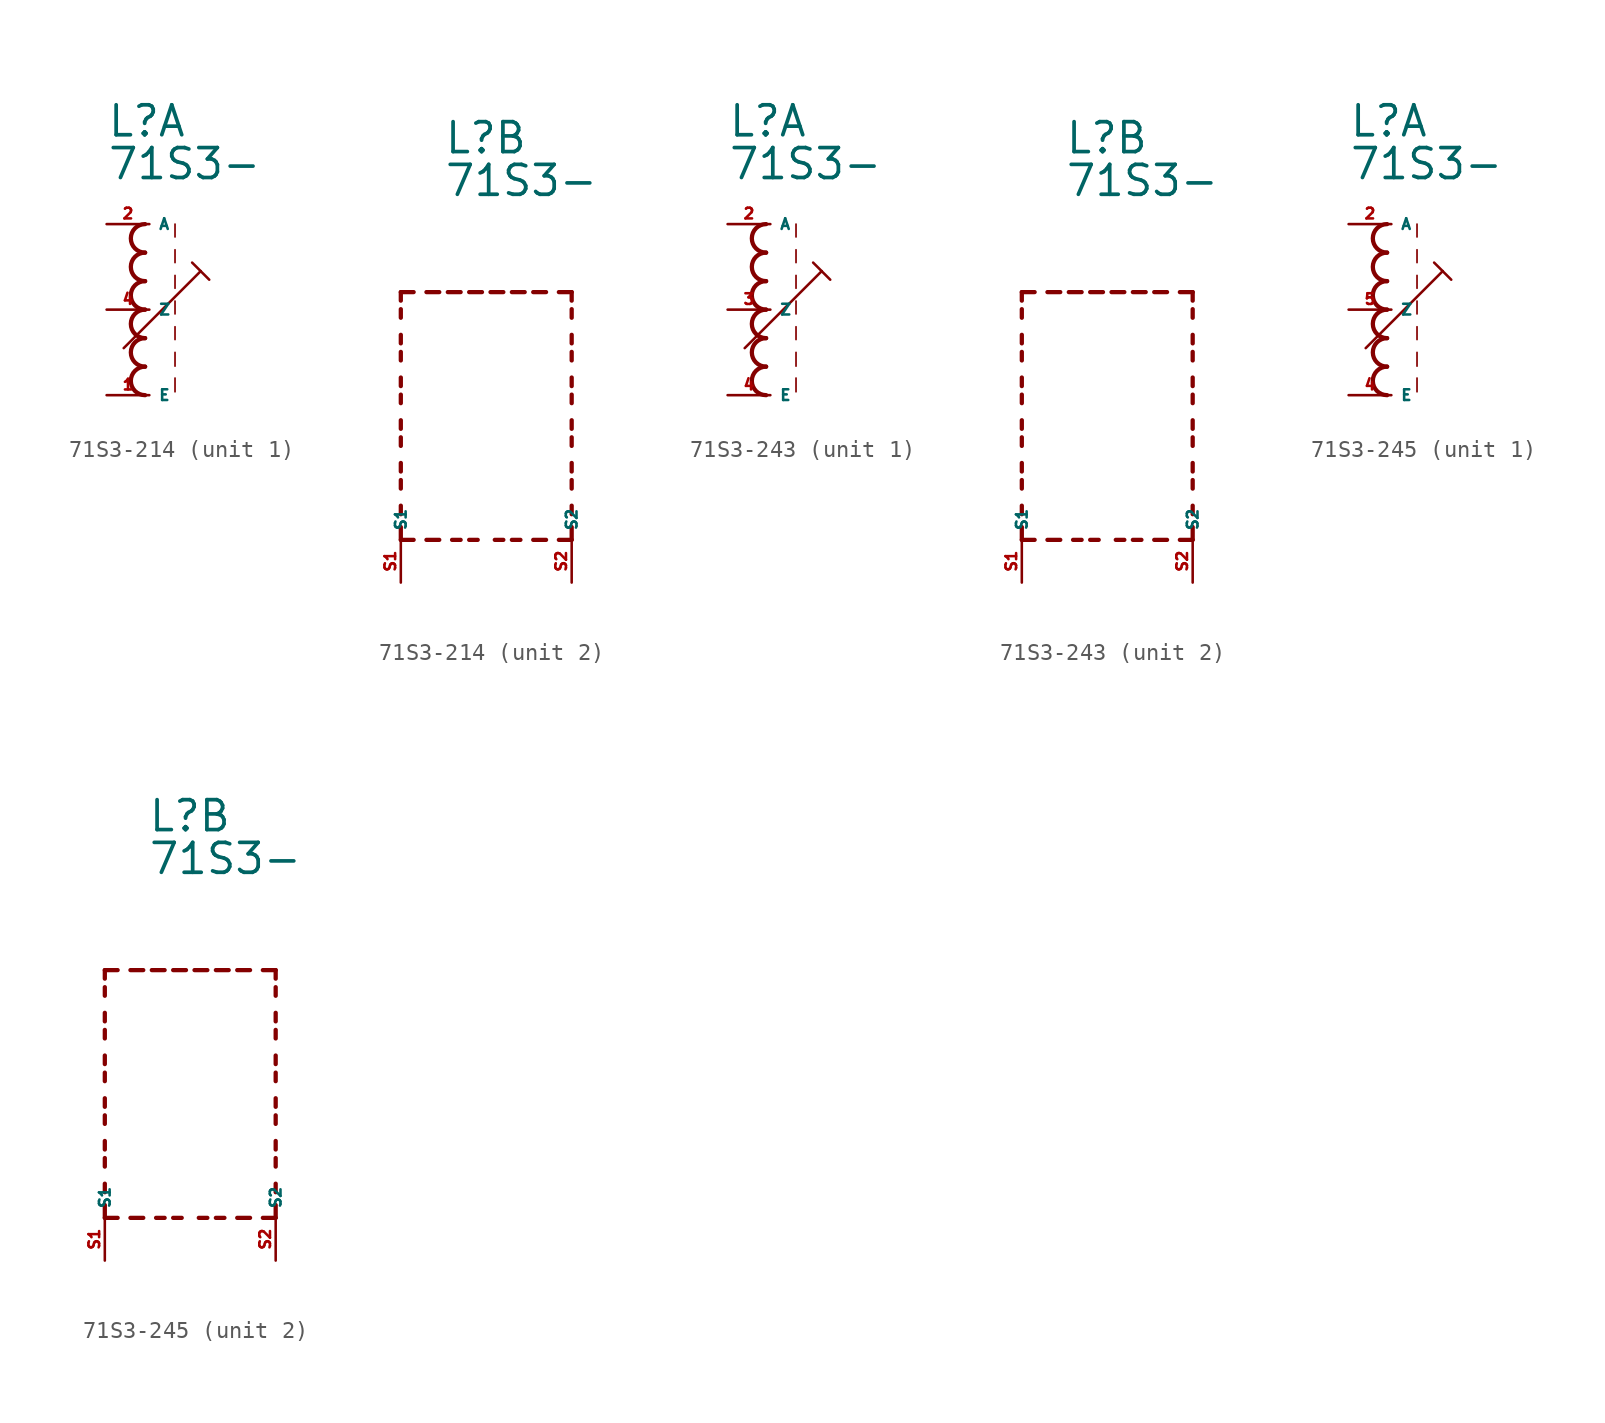
<source format=kicad_sym>
(kicad_symbol_lib
  (version 20220914)
  (generator kicad_symbol_editor)
  (symbol "71S3-214"
    (property "Reference" "L"
      (at -2.54 10.16 0)
      (effects (font (size 1.778 1.778) (thickness 0.22)) (justify left bottom)))
    (property "Value" "71S3-"
      (at -2.54 7.62 0)
      (effects (font (size 1.778 1.778) (thickness 0.22)) (justify left bottom)))
    (symbol "71S3-214_1_0"
      (arc (start -0.254 -3.3866) (mid -1.1004 -4.2333) (end -0.254 -5.08) (stroke (width 0.254) (type default)) (fill (type none)))
      (arc (start -0.254 -1.6932) (mid -1.1004 -2.5399) (end -0.254 -3.3866) (stroke (width 0.254) (type default)) (fill (type none)))
      (arc (start -0.254 0) (mid -1.1004 -0.8467) (end -0.254 -1.6934) (stroke (width 0.254) (type default)) (fill (type none)))
      (arc (start -0.254 1.6934) (mid -1.1004 0.8467) (end -0.254 0) (stroke (width 0.254) (type default)) (fill (type none)))
      (arc (start -0.254 3.3866) (mid -1.1002 2.54) (end -0.254 1.6934) (stroke (width 0.254) (type default)) (fill (type none)))
      (arc (start -0.254 5.08) (mid -1.1004 4.2333) (end -0.254 3.3866) (stroke (width 0.254) (type default)) (fill (type none)))
      (polyline (pts (xy -1.524 -2.286) (xy 3.048 2.286)) (stroke (width 0.152) (type default)) (fill (type none)))
      (polyline (pts (xy 1.524 -4.064) (xy 1.524 -4.88)) (stroke (width 0.102) (type default)) (fill (type none)))
      (polyline (pts (xy 1.524 -2.54) (xy 1.524 -3.356)) (stroke (width 0.102) (type default)) (fill (type none)))
      (polyline (pts (xy 1.524 -1.016) (xy 1.524 -1.778)) (stroke (width 0.102) (type default)) (fill (type none)))
      (polyline (pts (xy 1.524 0.508) (xy 1.524 -0.254)) (stroke (width 0.102) (type default)) (fill (type none)))
      (polyline (pts (xy 1.524 2.032) (xy 1.524 1.27)) (stroke (width 0.102) (type default)) (fill (type none)))
      (polyline (pts (xy 1.524 3.556) (xy 1.524 2.794)) (stroke (width 0.102) (type default)) (fill (type none)))
      (polyline (pts (xy 1.524 5.08) (xy 1.524 4.318)) (stroke (width 0.102) (type default)) (fill (type none)))
      (polyline (pts (xy 2.54 2.794) (xy 3.048 2.286)) (stroke (width 0.152) (type default)) (fill (type none)))
      (polyline (pts (xy 3.048 2.286) (xy 3.556 1.778)) (stroke (width 0.152) (type default)) (fill (type none)))
      (pin passive line (at -2.54 -5.08 0) (length 2.54) (name "E" (effects (font (size 0.635 0.635)))) (number "1" (effects (font (size 0.635 0.635)))))
      (pin passive line (at -2.54 5.08 0) (length 2.54) (name "A" (effects (font (size 0.635 0.635)))) (number "2" (effects (font (size 0.635 0.635)))))
      (pin passive line (at -2.54 0 0) (length 2.54) (name "Z" (effects (font (size 0.635 0.635)))) (number "4" (effects (font (size 0.635 0.635))))))
    (symbol "71S3-214_2_0"
      (polyline (pts (xy -5.08 -12.7) (xy -5.08 -11.938)) (stroke (width 0.254) (type default)) (fill (type none)))
      (polyline (pts (xy -5.08 -12.7) (xy -4.318 -12.7)) (stroke (width 0.254) (type default)) (fill (type none)))
      (polyline (pts (xy -5.08 -11.176) (xy -5.08 -10.668)) (stroke (width 0.254) (type default)) (fill (type none)))
      (polyline (pts (xy -5.08 -9.652) (xy -5.08 -9.144)) (stroke (width 0.254) (type default)) (fill (type none)))
      (polyline (pts (xy -5.08 -8.636) (xy -5.08 -8.128)) (stroke (width 0.254) (type default)) (fill (type none)))
      (polyline (pts (xy -5.08 -7.112) (xy -5.08 -6.604)) (stroke (width 0.254) (type default)) (fill (type none)))
      (polyline (pts (xy -5.08 -6.096) (xy -5.08 -5.588)) (stroke (width 0.254) (type default)) (fill (type none)))
      (polyline (pts (xy -5.08 -4.572) (xy -5.08 -4.064)) (stroke (width 0.254) (type default)) (fill (type none)))
      (polyline (pts (xy -5.08 -3.556) (xy -5.08 -3.048)) (stroke (width 0.254) (type default)) (fill (type none)))
      (polyline (pts (xy -5.08 -2.032) (xy -5.08 -1.524)) (stroke (width 0.254) (type default)) (fill (type none)))
      (polyline (pts (xy -5.08 -1.016) (xy -5.08 -0.508)) (stroke (width 0.254) (type default)) (fill (type none)))
      (polyline (pts (xy -5.08 0.508) (xy -5.08 1.016)) (stroke (width 0.254) (type default)) (fill (type none)))
      (polyline (pts (xy -5.08 1.524) (xy -5.08 2.032)) (stroke (width 0.254) (type default)) (fill (type none)))
      (polyline (pts (xy -5.08 2.032) (xy -4.318 2.032)) (stroke (width 0.254) (type default)) (fill (type none)))
      (polyline (pts (xy -3.556 -12.7) (xy -2.794 -12.7)) (stroke (width 0.254) (type default)) (fill (type none)))
      (polyline (pts (xy -3.556 2.032) (xy -2.794 2.032)) (stroke (width 0.254) (type default)) (fill (type none)))
      (polyline (pts (xy -1.524 -12.7) (xy -2.032 -12.7)) (stroke (width 0.254) (type default)) (fill (type none)))
      (polyline (pts (xy -1.524 2.032) (xy -2.286 2.032)) (stroke (width 0.254) (type default)) (fill (type none)))
      (polyline (pts (xy -1.016 2.032) (xy -0.254 2.032)) (stroke (width 0.254) (type default)) (fill (type none)))
      (polyline (pts (xy -0.508 -12.7) (xy -1.016 -12.7)) (stroke (width 0.254) (type default)) (fill (type none)))
      (polyline (pts (xy 1.016 -12.7) (xy 0.508 -12.7)) (stroke (width 0.254) (type default)) (fill (type none)))
      (polyline (pts (xy 1.016 2.032) (xy 0.254 2.032)) (stroke (width 0.254) (type default)) (fill (type none)))
      (polyline (pts (xy 1.524 2.032) (xy 2.286 2.032)) (stroke (width 0.254) (type default)) (fill (type none)))
      (polyline (pts (xy 2.032 -12.7) (xy 1.524 -12.7)) (stroke (width 0.254) (type default)) (fill (type none)))
      (polyline (pts (xy 3.556 -12.7) (xy 2.794 -12.7)) (stroke (width 0.254) (type default)) (fill (type none)))
      (polyline (pts (xy 3.556 2.032) (xy 2.794 2.032)) (stroke (width 0.254) (type default)) (fill (type none)))
      (polyline (pts (xy 5.08 -12.7) (xy 4.318 -12.7)) (stroke (width 0.254) (type default)) (fill (type none)))
      (polyline (pts (xy 5.08 -12.7) (xy 5.08 -11.938)) (stroke (width 0.254) (type default)) (fill (type none)))
      (polyline (pts (xy 5.08 -11.176) (xy 5.08 -10.668)) (stroke (width 0.254) (type default)) (fill (type none)))
      (polyline (pts (xy 5.08 -9.652) (xy 5.08 -9.144)) (stroke (width 0.254) (type default)) (fill (type none)))
      (polyline (pts (xy 5.08 -8.636) (xy 5.08 -8.128)) (stroke (width 0.254) (type default)) (fill (type none)))
      (polyline (pts (xy 5.08 -7.112) (xy 5.08 -6.604)) (stroke (width 0.254) (type default)) (fill (type none)))
      (polyline (pts (xy 5.08 -6.096) (xy 5.08 -5.588)) (stroke (width 0.254) (type default)) (fill (type none)))
      (polyline (pts (xy 5.08 -4.572) (xy 5.08 -4.064)) (stroke (width 0.254) (type default)) (fill (type none)))
      (polyline (pts (xy 5.08 -3.556) (xy 5.08 -3.048)) (stroke (width 0.254) (type default)) (fill (type none)))
      (polyline (pts (xy 5.08 -2.032) (xy 5.08 -1.524)) (stroke (width 0.254) (type default)) (fill (type none)))
      (polyline (pts (xy 5.08 -1.016) (xy 5.08 -0.508)) (stroke (width 0.254) (type default)) (fill (type none)))
      (polyline (pts (xy 5.08 0.508) (xy 5.08 1.016)) (stroke (width 0.254) (type default)) (fill (type none)))
      (polyline (pts (xy 5.08 1.524) (xy 5.08 2.032)) (stroke (width 0.254) (type default)) (fill (type none)))
      (polyline (pts (xy 5.08 2.032) (xy 4.318 2.032)) (stroke (width 0.254) (type default)) (fill (type none)))
      (pin passive line (at -5.08 -15.24 90) (length 2.54) (name "S1" (effects (font (size 0.635 0.635)))) (number "S1" (effects (font (size 0.635 0.635)))))
      (pin passive line (at 5.08 -15.24 90) (length 2.54) (name "S2" (effects (font (size 0.635 0.635)))) (number "S2" (effects (font (size 0.635 0.635)))))))
  (symbol "71S3-243"
    (property "Reference" "L"
      (at -2.54 10.16 0)
      (effects (font (size 1.778 1.778) (thickness 0.22)) (justify left bottom)))
    (property "Value" "71S3-"
      (at -2.54 7.62 0)
      (effects (font (size 1.778 1.778) (thickness 0.22)) (justify left bottom)))
    (symbol "71S3-243_1_0"
      (arc (start -0.254 -3.3866) (mid -1.1004 -4.2333) (end -0.254 -5.08) (stroke (width 0.254) (type default)) (fill (type none)))
      (arc (start -0.254 -1.6932) (mid -1.1004 -2.5399) (end -0.254 -3.3866) (stroke (width 0.254) (type default)) (fill (type none)))
      (arc (start -0.254 0) (mid -1.1004 -0.8467) (end -0.254 -1.6934) (stroke (width 0.254) (type default)) (fill (type none)))
      (arc (start -0.254 1.6934) (mid -1.1004 0.8467) (end -0.254 0) (stroke (width 0.254) (type default)) (fill (type none)))
      (arc (start -0.254 3.3866) (mid -1.1002 2.54) (end -0.254 1.6934) (stroke (width 0.254) (type default)) (fill (type none)))
      (arc (start -0.254 5.08) (mid -1.1004 4.2333) (end -0.254 3.3866) (stroke (width 0.254) (type default)) (fill (type none)))
      (polyline (pts (xy -1.524 -2.286) (xy 3.048 2.286)) (stroke (width 0.152) (type default)) (fill (type none)))
      (polyline (pts (xy 1.524 -4.064) (xy 1.524 -4.88)) (stroke (width 0.102) (type default)) (fill (type none)))
      (polyline (pts (xy 1.524 -2.54) (xy 1.524 -3.356)) (stroke (width 0.102) (type default)) (fill (type none)))
      (polyline (pts (xy 1.524 -1.016) (xy 1.524 -1.778)) (stroke (width 0.102) (type default)) (fill (type none)))
      (polyline (pts (xy 1.524 0.508) (xy 1.524 -0.254)) (stroke (width 0.102) (type default)) (fill (type none)))
      (polyline (pts (xy 1.524 2.032) (xy 1.524 1.27)) (stroke (width 0.102) (type default)) (fill (type none)))
      (polyline (pts (xy 1.524 3.556) (xy 1.524 2.794)) (stroke (width 0.102) (type default)) (fill (type none)))
      (polyline (pts (xy 1.524 5.08) (xy 1.524 4.318)) (stroke (width 0.102) (type default)) (fill (type none)))
      (polyline (pts (xy 2.54 2.794) (xy 3.048 2.286)) (stroke (width 0.152) (type default)) (fill (type none)))
      (polyline (pts (xy 3.048 2.286) (xy 3.556 1.778)) (stroke (width 0.152) (type default)) (fill (type none)))
      (pin passive line (at -2.54 5.08 0) (length 2.54) (name "A" (effects (font (size 0.635 0.635)))) (number "2" (effects (font (size 0.635 0.635)))))
      (pin passive line (at -2.54 0 0) (length 2.54) (name "Z" (effects (font (size 0.635 0.635)))) (number "3" (effects (font (size 0.635 0.635)))))
      (pin passive line (at -2.54 -5.08 0) (length 2.54) (name "E" (effects (font (size 0.635 0.635)))) (number "4" (effects (font (size 0.635 0.635))))))
    (symbol "71S3-243_2_0"
      (polyline (pts (xy -5.08 -12.7) (xy -5.08 -11.938)) (stroke (width 0.254) (type default)) (fill (type none)))
      (polyline (pts (xy -5.08 -12.7) (xy -4.318 -12.7)) (stroke (width 0.254) (type default)) (fill (type none)))
      (polyline (pts (xy -5.08 -11.176) (xy -5.08 -10.668)) (stroke (width 0.254) (type default)) (fill (type none)))
      (polyline (pts (xy -5.08 -9.652) (xy -5.08 -9.144)) (stroke (width 0.254) (type default)) (fill (type none)))
      (polyline (pts (xy -5.08 -8.636) (xy -5.08 -8.128)) (stroke (width 0.254) (type default)) (fill (type none)))
      (polyline (pts (xy -5.08 -7.112) (xy -5.08 -6.604)) (stroke (width 0.254) (type default)) (fill (type none)))
      (polyline (pts (xy -5.08 -6.096) (xy -5.08 -5.588)) (stroke (width 0.254) (type default)) (fill (type none)))
      (polyline (pts (xy -5.08 -4.572) (xy -5.08 -4.064)) (stroke (width 0.254) (type default)) (fill (type none)))
      (polyline (pts (xy -5.08 -3.556) (xy -5.08 -3.048)) (stroke (width 0.254) (type default)) (fill (type none)))
      (polyline (pts (xy -5.08 -2.032) (xy -5.08 -1.524)) (stroke (width 0.254) (type default)) (fill (type none)))
      (polyline (pts (xy -5.08 -1.016) (xy -5.08 -0.508)) (stroke (width 0.254) (type default)) (fill (type none)))
      (polyline (pts (xy -5.08 0.508) (xy -5.08 1.016)) (stroke (width 0.254) (type default)) (fill (type none)))
      (polyline (pts (xy -5.08 1.524) (xy -5.08 2.032)) (stroke (width 0.254) (type default)) (fill (type none)))
      (polyline (pts (xy -5.08 2.032) (xy -4.318 2.032)) (stroke (width 0.254) (type default)) (fill (type none)))
      (polyline (pts (xy -3.556 -12.7) (xy -2.794 -12.7)) (stroke (width 0.254) (type default)) (fill (type none)))
      (polyline (pts (xy -3.556 2.032) (xy -2.794 2.032)) (stroke (width 0.254) (type default)) (fill (type none)))
      (polyline (pts (xy -1.524 -12.7) (xy -2.032 -12.7)) (stroke (width 0.254) (type default)) (fill (type none)))
      (polyline (pts (xy -1.524 2.032) (xy -2.286 2.032)) (stroke (width 0.254) (type default)) (fill (type none)))
      (polyline (pts (xy -1.016 2.032) (xy -0.254 2.032)) (stroke (width 0.254) (type default)) (fill (type none)))
      (polyline (pts (xy -0.508 -12.7) (xy -1.016 -12.7)) (stroke (width 0.254) (type default)) (fill (type none)))
      (polyline (pts (xy 1.016 -12.7) (xy 0.508 -12.7)) (stroke (width 0.254) (type default)) (fill (type none)))
      (polyline (pts (xy 1.016 2.032) (xy 0.254 2.032)) (stroke (width 0.254) (type default)) (fill (type none)))
      (polyline (pts (xy 1.524 2.032) (xy 2.286 2.032)) (stroke (width 0.254) (type default)) (fill (type none)))
      (polyline (pts (xy 2.032 -12.7) (xy 1.524 -12.7)) (stroke (width 0.254) (type default)) (fill (type none)))
      (polyline (pts (xy 3.556 -12.7) (xy 2.794 -12.7)) (stroke (width 0.254) (type default)) (fill (type none)))
      (polyline (pts (xy 3.556 2.032) (xy 2.794 2.032)) (stroke (width 0.254) (type default)) (fill (type none)))
      (polyline (pts (xy 5.08 -12.7) (xy 4.318 -12.7)) (stroke (width 0.254) (type default)) (fill (type none)))
      (polyline (pts (xy 5.08 -12.7) (xy 5.08 -11.938)) (stroke (width 0.254) (type default)) (fill (type none)))
      (polyline (pts (xy 5.08 -11.176) (xy 5.08 -10.668)) (stroke (width 0.254) (type default)) (fill (type none)))
      (polyline (pts (xy 5.08 -9.652) (xy 5.08 -9.144)) (stroke (width 0.254) (type default)) (fill (type none)))
      (polyline (pts (xy 5.08 -8.636) (xy 5.08 -8.128)) (stroke (width 0.254) (type default)) (fill (type none)))
      (polyline (pts (xy 5.08 -7.112) (xy 5.08 -6.604)) (stroke (width 0.254) (type default)) (fill (type none)))
      (polyline (pts (xy 5.08 -6.096) (xy 5.08 -5.588)) (stroke (width 0.254) (type default)) (fill (type none)))
      (polyline (pts (xy 5.08 -4.572) (xy 5.08 -4.064)) (stroke (width 0.254) (type default)) (fill (type none)))
      (polyline (pts (xy 5.08 -3.556) (xy 5.08 -3.048)) (stroke (width 0.254) (type default)) (fill (type none)))
      (polyline (pts (xy 5.08 -2.032) (xy 5.08 -1.524)) (stroke (width 0.254) (type default)) (fill (type none)))
      (polyline (pts (xy 5.08 -1.016) (xy 5.08 -0.508)) (stroke (width 0.254) (type default)) (fill (type none)))
      (polyline (pts (xy 5.08 0.508) (xy 5.08 1.016)) (stroke (width 0.254) (type default)) (fill (type none)))
      (polyline (pts (xy 5.08 1.524) (xy 5.08 2.032)) (stroke (width 0.254) (type default)) (fill (type none)))
      (polyline (pts (xy 5.08 2.032) (xy 4.318 2.032)) (stroke (width 0.254) (type default)) (fill (type none)))
      (pin passive line (at -5.08 -15.24 90) (length 2.54) (name "S1" (effects (font (size 0.635 0.635)))) (number "S1" (effects (font (size 0.635 0.635)))))
      (pin passive line (at 5.08 -15.24 90) (length 2.54) (name "S2" (effects (font (size 0.635 0.635)))) (number "S2" (effects (font (size 0.635 0.635)))))))
  (symbol "71S3-245"
    (property "Reference" "L"
      (at -2.54 10.16 0)
      (effects (font (size 1.778 1.778) (thickness 0.22)) (justify left bottom)))
    (property "Value" "71S3-"
      (at -2.54 7.62 0)
      (effects (font (size 1.778 1.778) (thickness 0.22)) (justify left bottom)))
    (symbol "71S3-245_1_0"
      (arc (start -0.254 -3.3866) (mid -1.1004 -4.2333) (end -0.254 -5.08) (stroke (width 0.254) (type default)) (fill (type none)))
      (arc (start -0.254 -1.6932) (mid -1.1004 -2.5399) (end -0.254 -3.3866) (stroke (width 0.254) (type default)) (fill (type none)))
      (arc (start -0.254 0) (mid -1.1004 -0.8467) (end -0.254 -1.6934) (stroke (width 0.254) (type default)) (fill (type none)))
      (arc (start -0.254 1.6934) (mid -1.1004 0.8467) (end -0.254 0) (stroke (width 0.254) (type default)) (fill (type none)))
      (arc (start -0.254 3.3866) (mid -1.1002 2.54) (end -0.254 1.6934) (stroke (width 0.254) (type default)) (fill (type none)))
      (arc (start -0.254 5.08) (mid -1.1004 4.2333) (end -0.254 3.3866) (stroke (width 0.254) (type default)) (fill (type none)))
      (polyline (pts (xy -1.524 -2.286) (xy 3.048 2.286)) (stroke (width 0.152) (type default)) (fill (type none)))
      (polyline (pts (xy 1.524 -4.064) (xy 1.524 -4.88)) (stroke (width 0.102) (type default)) (fill (type none)))
      (polyline (pts (xy 1.524 -2.54) (xy 1.524 -3.356)) (stroke (width 0.102) (type default)) (fill (type none)))
      (polyline (pts (xy 1.524 -1.016) (xy 1.524 -1.778)) (stroke (width 0.102) (type default)) (fill (type none)))
      (polyline (pts (xy 1.524 0.508) (xy 1.524 -0.254)) (stroke (width 0.102) (type default)) (fill (type none)))
      (polyline (pts (xy 1.524 2.032) (xy 1.524 1.27)) (stroke (width 0.102) (type default)) (fill (type none)))
      (polyline (pts (xy 1.524 3.556) (xy 1.524 2.794)) (stroke (width 0.102) (type default)) (fill (type none)))
      (polyline (pts (xy 1.524 5.08) (xy 1.524 4.318)) (stroke (width 0.102) (type default)) (fill (type none)))
      (polyline (pts (xy 2.54 2.794) (xy 3.048 2.286)) (stroke (width 0.152) (type default)) (fill (type none)))
      (polyline (pts (xy 3.048 2.286) (xy 3.556 1.778)) (stroke (width 0.152) (type default)) (fill (type none)))
      (pin passive line (at -2.54 5.08 0) (length 2.54) (name "A" (effects (font (size 0.635 0.635)))) (number "2" (effects (font (size 0.635 0.635)))))
      (pin passive line (at -2.54 -5.08 0) (length 2.54) (name "E" (effects (font (size 0.635 0.635)))) (number "4" (effects (font (size 0.635 0.635)))))
      (pin passive line (at -2.54 0 0) (length 2.54) (name "Z" (effects (font (size 0.635 0.635)))) (number "5" (effects (font (size 0.635 0.635))))))
    (symbol "71S3-245_2_0"
      (polyline (pts (xy -5.08 -12.7) (xy -5.08 -11.938)) (stroke (width 0.254) (type default)) (fill (type none)))
      (polyline (pts (xy -5.08 -12.7) (xy -4.318 -12.7)) (stroke (width 0.254) (type default)) (fill (type none)))
      (polyline (pts (xy -5.08 -11.176) (xy -5.08 -10.668)) (stroke (width 0.254) (type default)) (fill (type none)))
      (polyline (pts (xy -5.08 -9.652) (xy -5.08 -9.144)) (stroke (width 0.254) (type default)) (fill (type none)))
      (polyline (pts (xy -5.08 -8.636) (xy -5.08 -8.128)) (stroke (width 0.254) (type default)) (fill (type none)))
      (polyline (pts (xy -5.08 -7.112) (xy -5.08 -6.604)) (stroke (width 0.254) (type default)) (fill (type none)))
      (polyline (pts (xy -5.08 -6.096) (xy -5.08 -5.588)) (stroke (width 0.254) (type default)) (fill (type none)))
      (polyline (pts (xy -5.08 -4.572) (xy -5.08 -4.064)) (stroke (width 0.254) (type default)) (fill (type none)))
      (polyline (pts (xy -5.08 -3.556) (xy -5.08 -3.048)) (stroke (width 0.254) (type default)) (fill (type none)))
      (polyline (pts (xy -5.08 -2.032) (xy -5.08 -1.524)) (stroke (width 0.254) (type default)) (fill (type none)))
      (polyline (pts (xy -5.08 -1.016) (xy -5.08 -0.508)) (stroke (width 0.254) (type default)) (fill (type none)))
      (polyline (pts (xy -5.08 0.508) (xy -5.08 1.016)) (stroke (width 0.254) (type default)) (fill (type none)))
      (polyline (pts (xy -5.08 1.524) (xy -5.08 2.032)) (stroke (width 0.254) (type default)) (fill (type none)))
      (polyline (pts (xy -5.08 2.032) (xy -4.318 2.032)) (stroke (width 0.254) (type default)) (fill (type none)))
      (polyline (pts (xy -3.556 -12.7) (xy -2.794 -12.7)) (stroke (width 0.254) (type default)) (fill (type none)))
      (polyline (pts (xy -3.556 2.032) (xy -2.794 2.032)) (stroke (width 0.254) (type default)) (fill (type none)))
      (polyline (pts (xy -1.524 -12.7) (xy -2.032 -12.7)) (stroke (width 0.254) (type default)) (fill (type none)))
      (polyline (pts (xy -1.524 2.032) (xy -2.286 2.032)) (stroke (width 0.254) (type default)) (fill (type none)))
      (polyline (pts (xy -1.016 2.032) (xy -0.254 2.032)) (stroke (width 0.254) (type default)) (fill (type none)))
      (polyline (pts (xy -0.508 -12.7) (xy -1.016 -12.7)) (stroke (width 0.254) (type default)) (fill (type none)))
      (polyline (pts (xy 1.016 -12.7) (xy 0.508 -12.7)) (stroke (width 0.254) (type default)) (fill (type none)))
      (polyline (pts (xy 1.016 2.032) (xy 0.254 2.032)) (stroke (width 0.254) (type default)) (fill (type none)))
      (polyline (pts (xy 1.524 2.032) (xy 2.286 2.032)) (stroke (width 0.254) (type default)) (fill (type none)))
      (polyline (pts (xy 2.032 -12.7) (xy 1.524 -12.7)) (stroke (width 0.254) (type default)) (fill (type none)))
      (polyline (pts (xy 3.556 -12.7) (xy 2.794 -12.7)) (stroke (width 0.254) (type default)) (fill (type none)))
      (polyline (pts (xy 3.556 2.032) (xy 2.794 2.032)) (stroke (width 0.254) (type default)) (fill (type none)))
      (polyline (pts (xy 5.08 -12.7) (xy 4.318 -12.7)) (stroke (width 0.254) (type default)) (fill (type none)))
      (polyline (pts (xy 5.08 -12.7) (xy 5.08 -11.938)) (stroke (width 0.254) (type default)) (fill (type none)))
      (polyline (pts (xy 5.08 -11.176) (xy 5.08 -10.668)) (stroke (width 0.254) (type default)) (fill (type none)))
      (polyline (pts (xy 5.08 -9.652) (xy 5.08 -9.144)) (stroke (width 0.254) (type default)) (fill (type none)))
      (polyline (pts (xy 5.08 -8.636) (xy 5.08 -8.128)) (stroke (width 0.254) (type default)) (fill (type none)))
      (polyline (pts (xy 5.08 -7.112) (xy 5.08 -6.604)) (stroke (width 0.254) (type default)) (fill (type none)))
      (polyline (pts (xy 5.08 -6.096) (xy 5.08 -5.588)) (stroke (width 0.254) (type default)) (fill (type none)))
      (polyline (pts (xy 5.08 -4.572) (xy 5.08 -4.064)) (stroke (width 0.254) (type default)) (fill (type none)))
      (polyline (pts (xy 5.08 -3.556) (xy 5.08 -3.048)) (stroke (width 0.254) (type default)) (fill (type none)))
      (polyline (pts (xy 5.08 -2.032) (xy 5.08 -1.524)) (stroke (width 0.254) (type default)) (fill (type none)))
      (polyline (pts (xy 5.08 -1.016) (xy 5.08 -0.508)) (stroke (width 0.254) (type default)) (fill (type none)))
      (polyline (pts (xy 5.08 0.508) (xy 5.08 1.016)) (stroke (width 0.254) (type default)) (fill (type none)))
      (polyline (pts (xy 5.08 1.524) (xy 5.08 2.032)) (stroke (width 0.254) (type default)) (fill (type none)))
      (polyline (pts (xy 5.08 2.032) (xy 4.318 2.032)) (stroke (width 0.254) (type default)) (fill (type none)))
      (pin passive line (at -5.08 -15.24 90) (length 2.54) (name "S1" (effects (font (size 0.635 0.635)))) (number "S1" (effects (font (size 0.635 0.635)))))
      (pin passive line (at 5.08 -15.24 90) (length 2.54) (name "S2" (effects (font (size 0.635 0.635)))) (number "S2" (effects (font (size 0.635 0.635))))))))
</source>
